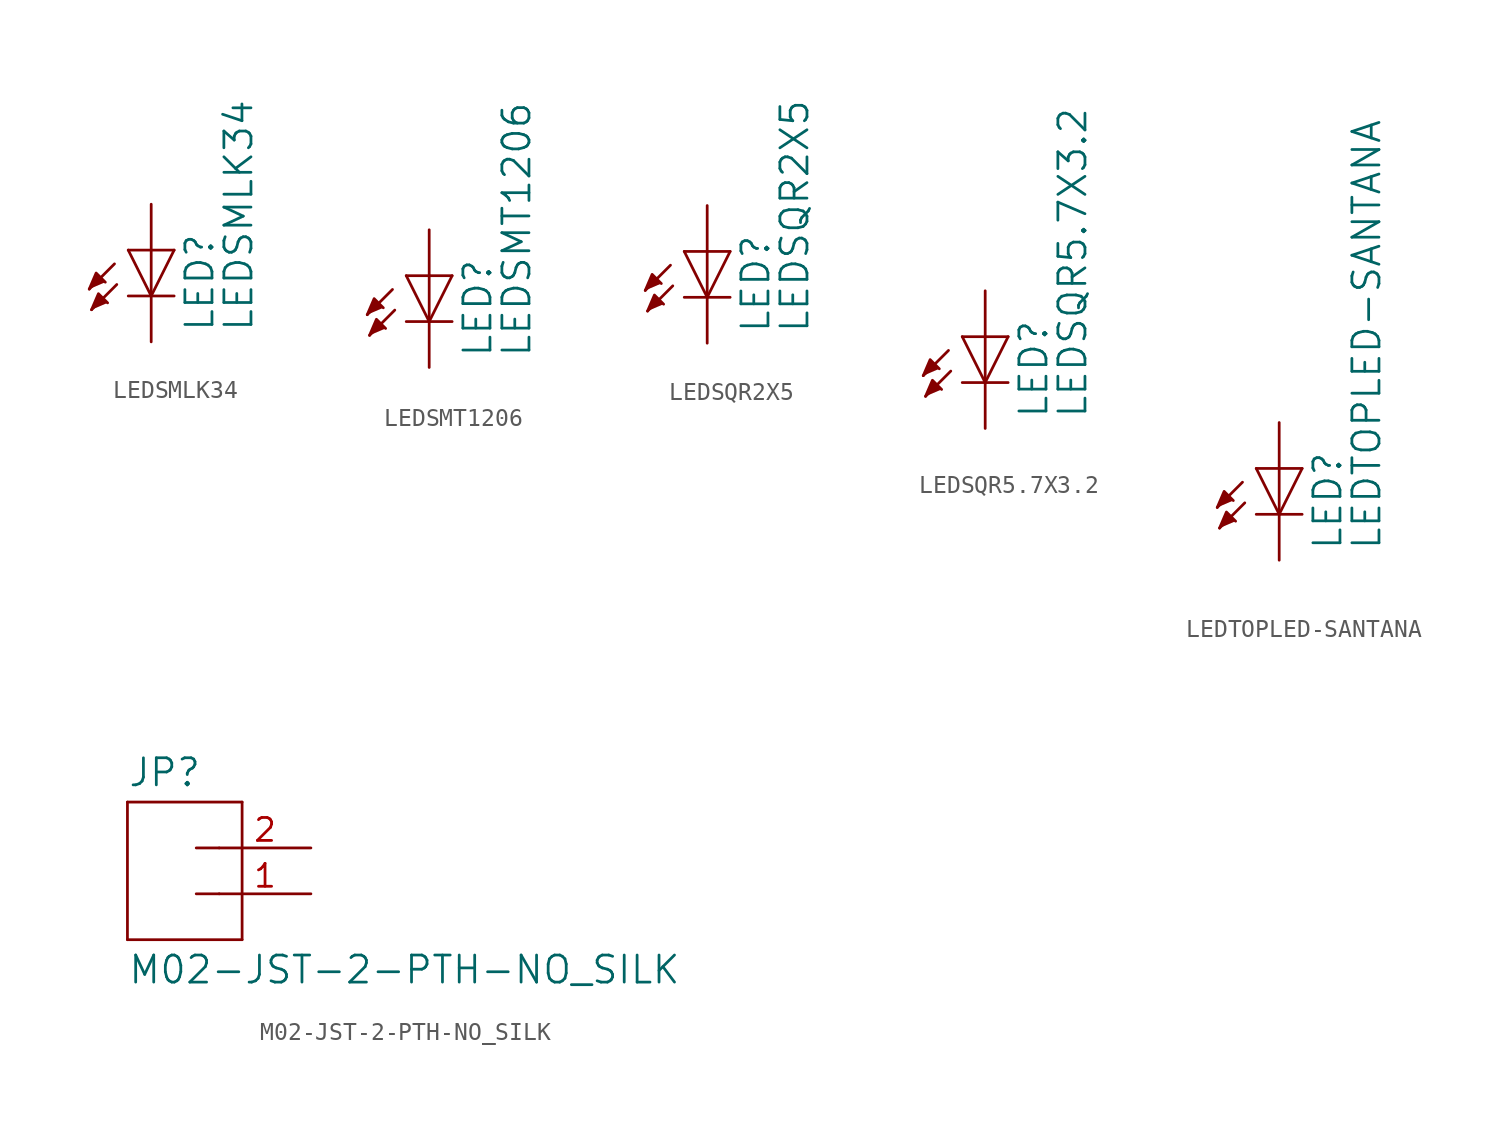
<source format=kicad_sym>
(kicad_symbol_lib
  (version 20211014)
  (generator kicad_symbol_editor)
  (symbol "LEDSMLK34"
    (pin_names
      (offset 1.016))
    (property "Reference" "LED"
      (at 3.556 -4.572 90)
      (effects (font (size 1.499 1.499)) (justify left bottom)))
    (property "Value" "LEDSMLK34"
      (at 5.715 -4.572 90)
      (effects (font (size 1.499 1.499)) (justify left bottom)))
    (property "ki_locked" ""
      (at 0 0 0)
      (effects (font (size 1.27 1.27))))
    (symbol "LEDSMLK34_1_0"
      (polyline (pts (xy -2.032 -0.762) (xy -3.429 -2.159)) (stroke (width 0) (type default) (color 0 0 0 0)) (fill (type none)))
      (polyline (pts (xy -1.905 -1.905) (xy -3.302 -3.302)) (stroke (width 0) (type default) (color 0 0 0 0)) (fill (type none)))
      (polyline (pts (xy 0 -2.54) (xy -1.27 -2.54)) (stroke (width 0) (type default) (color 0 0 0 0)) (fill (type none)))
      (polyline (pts (xy 0 -2.54) (xy -1.27 0)) (stroke (width 0) (type default) (color 0 0 0 0)) (fill (type none)))
      (polyline (pts (xy 0 0) (xy -1.27 0)) (stroke (width 0) (type default) (color 0 0 0 0)) (fill (type none)))
      (polyline (pts (xy 0 0) (xy 0 -2.54)) (stroke (width 0) (type default) (color 0 0 0 0)) (fill (type none)))
      (polyline (pts (xy 1.27 -2.54) (xy 0 -2.54)) (stroke (width 0) (type default) (color 0 0 0 0)) (fill (type none)))
      (polyline (pts (xy 1.27 0) (xy 0 -2.54)) (stroke (width 0) (type default) (color 0 0 0 0)) (fill (type none)))
      (polyline (pts (xy 1.27 0) (xy 0 0)) (stroke (width 0) (type default) (color 0 0 0 0)) (fill (type none)))
      (polyline (pts (xy -3.429 -2.159) (xy -3.048 -1.27) (xy -2.54 -1.778)) (stroke (width 0) (type default) (color 0 0 0 0)) (fill (type outline)))
      (polyline (pts (xy -3.302 -3.302) (xy -2.921 -2.413) (xy -2.413 -2.921)) (stroke (width 0) (type default) (color 0 0 0 0)) (fill (type outline)))
      (pin passive line (at 0 2.54 270) (length 2.54) (name "A" (effects (font (size 0 0)))) (number "A" (effects (font (size 0 0)))))
      (pin passive line (at 0 -5.08 90) (length 2.54) (name "C" (effects (font (size 0 0)))) (number "K" (effects (font (size 0 0)))))))
  (symbol "LEDSMT1206"
    (pin_names
      (offset 1.016))
    (property "Reference" "LED"
      (at 3.556 -4.572 90)
      (effects (font (size 1.499 1.499)) (justify left bottom)))
    (property "Value" "LEDSMT1206"
      (at 5.715 -4.572 90)
      (effects (font (size 1.499 1.499)) (justify left bottom)))
    (property "ki_locked" ""
      (at 0 0 0)
      (effects (font (size 1.27 1.27))))
    (symbol "LEDSMT1206_1_0"
      (polyline (pts (xy -2.032 -0.762) (xy -3.429 -2.159)) (stroke (width 0) (type default) (color 0 0 0 0)) (fill (type none)))
      (polyline (pts (xy -1.905 -1.905) (xy -3.302 -3.302)) (stroke (width 0) (type default) (color 0 0 0 0)) (fill (type none)))
      (polyline (pts (xy 0 -2.54) (xy -1.27 -2.54)) (stroke (width 0) (type default) (color 0 0 0 0)) (fill (type none)))
      (polyline (pts (xy 0 -2.54) (xy -1.27 0)) (stroke (width 0) (type default) (color 0 0 0 0)) (fill (type none)))
      (polyline (pts (xy 0 0) (xy -1.27 0)) (stroke (width 0) (type default) (color 0 0 0 0)) (fill (type none)))
      (polyline (pts (xy 0 0) (xy 0 -2.54)) (stroke (width 0) (type default) (color 0 0 0 0)) (fill (type none)))
      (polyline (pts (xy 1.27 -2.54) (xy 0 -2.54)) (stroke (width 0) (type default) (color 0 0 0 0)) (fill (type none)))
      (polyline (pts (xy 1.27 0) (xy 0 -2.54)) (stroke (width 0) (type default) (color 0 0 0 0)) (fill (type none)))
      (polyline (pts (xy 1.27 0) (xy 0 0)) (stroke (width 0) (type default) (color 0 0 0 0)) (fill (type none)))
      (polyline (pts (xy -3.429 -2.159) (xy -3.048 -1.27) (xy -2.54 -1.778)) (stroke (width 0) (type default) (color 0 0 0 0)) (fill (type outline)))
      (polyline (pts (xy -3.302 -3.302) (xy -2.921 -2.413) (xy -2.413 -2.921)) (stroke (width 0) (type default) (color 0 0 0 0)) (fill (type outline)))
      (pin passive line (at 0 2.54 270) (length 2.54) (name "A" (effects (font (size 0 0)))) (number "A" (effects (font (size 0 0)))))
      (pin passive line (at 0 -5.08 90) (length 2.54) (name "C" (effects (font (size 0 0)))) (number "C" (effects (font (size 0 0)))))))
  (symbol "LEDSQR2X5"
    (pin_names
      (offset 1.016))
    (property "Reference" "LED"
      (at 3.556 -4.572 90)
      (effects (font (size 1.499 1.499)) (justify left bottom)))
    (property "Value" "LEDSQR2X5"
      (at 5.715 -4.572 90)
      (effects (font (size 1.499 1.499)) (justify left bottom)))
    (property "ki_locked" ""
      (at 0 0 0)
      (effects (font (size 1.27 1.27))))
    (symbol "LEDSQR2X5_1_0"
      (polyline (pts (xy -2.032 -0.762) (xy -3.429 -2.159)) (stroke (width 0) (type default) (color 0 0 0 0)) (fill (type none)))
      (polyline (pts (xy -1.905 -1.905) (xy -3.302 -3.302)) (stroke (width 0) (type default) (color 0 0 0 0)) (fill (type none)))
      (polyline (pts (xy 0 -2.54) (xy -1.27 -2.54)) (stroke (width 0) (type default) (color 0 0 0 0)) (fill (type none)))
      (polyline (pts (xy 0 -2.54) (xy -1.27 0)) (stroke (width 0) (type default) (color 0 0 0 0)) (fill (type none)))
      (polyline (pts (xy 0 0) (xy -1.27 0)) (stroke (width 0) (type default) (color 0 0 0 0)) (fill (type none)))
      (polyline (pts (xy 0 0) (xy 0 -2.54)) (stroke (width 0) (type default) (color 0 0 0 0)) (fill (type none)))
      (polyline (pts (xy 1.27 -2.54) (xy 0 -2.54)) (stroke (width 0) (type default) (color 0 0 0 0)) (fill (type none)))
      (polyline (pts (xy 1.27 0) (xy 0 -2.54)) (stroke (width 0) (type default) (color 0 0 0 0)) (fill (type none)))
      (polyline (pts (xy 1.27 0) (xy 0 0)) (stroke (width 0) (type default) (color 0 0 0 0)) (fill (type none)))
      (polyline (pts (xy -3.429 -2.159) (xy -3.048 -1.27) (xy -2.54 -1.778)) (stroke (width 0) (type default) (color 0 0 0 0)) (fill (type outline)))
      (polyline (pts (xy -3.302 -3.302) (xy -2.921 -2.413) (xy -2.413 -2.921)) (stroke (width 0) (type default) (color 0 0 0 0)) (fill (type outline)))
      (pin passive line (at 0 2.54 270) (length 2.54) (name "A" (effects (font (size 0 0)))) (number "A" (effects (font (size 0 0)))))
      (pin passive line (at 0 -5.08 90) (length 2.54) (name "C" (effects (font (size 0 0)))) (number "K" (effects (font (size 0 0)))))))
  (symbol "LEDSQR5.7X3.2"
    (pin_names
      (offset 1.016))
    (property "Reference" "LED"
      (at 3.556 -4.572 90)
      (effects (font (size 1.499 1.499)) (justify left bottom)))
    (property "Value" "LEDSQR5.7X3.2"
      (at 5.715 -4.572 90)
      (effects (font (size 1.499 1.499)) (justify left bottom)))
    (property "ki_locked" ""
      (at 0 0 0)
      (effects (font (size 1.27 1.27))))
    (symbol "LEDSQR5.7X3.2_1_0"
      (polyline (pts (xy -2.032 -0.762) (xy -3.429 -2.159)) (stroke (width 0) (type default) (color 0 0 0 0)) (fill (type none)))
      (polyline (pts (xy -1.905 -1.905) (xy -3.302 -3.302)) (stroke (width 0) (type default) (color 0 0 0 0)) (fill (type none)))
      (polyline (pts (xy 0 -2.54) (xy -1.27 -2.54)) (stroke (width 0) (type default) (color 0 0 0 0)) (fill (type none)))
      (polyline (pts (xy 0 -2.54) (xy -1.27 0)) (stroke (width 0) (type default) (color 0 0 0 0)) (fill (type none)))
      (polyline (pts (xy 0 0) (xy -1.27 0)) (stroke (width 0) (type default) (color 0 0 0 0)) (fill (type none)))
      (polyline (pts (xy 0 0) (xy 0 -2.54)) (stroke (width 0) (type default) (color 0 0 0 0)) (fill (type none)))
      (polyline (pts (xy 1.27 -2.54) (xy 0 -2.54)) (stroke (width 0) (type default) (color 0 0 0 0)) (fill (type none)))
      (polyline (pts (xy 1.27 0) (xy 0 -2.54)) (stroke (width 0) (type default) (color 0 0 0 0)) (fill (type none)))
      (polyline (pts (xy 1.27 0) (xy 0 0)) (stroke (width 0) (type default) (color 0 0 0 0)) (fill (type none)))
      (polyline (pts (xy -3.429 -2.159) (xy -3.048 -1.27) (xy -2.54 -1.778)) (stroke (width 0) (type default) (color 0 0 0 0)) (fill (type outline)))
      (polyline (pts (xy -3.302 -3.302) (xy -2.921 -2.413) (xy -2.413 -2.921)) (stroke (width 0) (type default) (color 0 0 0 0)) (fill (type outline)))
      (pin passive line (at 0 2.54 270) (length 2.54) (name "A" (effects (font (size 0 0)))) (number "A" (effects (font (size 0 0)))))
      (pin passive line (at 0 -5.08 90) (length 2.54) (name "C" (effects (font (size 0 0)))) (number "K" (effects (font (size 0 0)))))))
  (symbol "LEDTOPLED-SANTANA"
    (pin_names
      (offset 1.016))
    (property "Reference" "LED"
      (at 3.556 -4.572 90)
      (effects (font (size 1.499 1.499)) (justify left bottom)))
    (property "Value" "LEDTOPLED-SANTANA"
      (at 5.715 -4.572 90)
      (effects (font (size 1.499 1.499)) (justify left bottom)))
    (property "ki_locked" ""
      (at 0 0 0)
      (effects (font (size 1.27 1.27))))
    (symbol "LEDTOPLED-SANTANA_1_0"
      (polyline (pts (xy -2.032 -0.762) (xy -3.429 -2.159)) (stroke (width 0) (type default) (color 0 0 0 0)) (fill (type none)))
      (polyline (pts (xy -1.905 -1.905) (xy -3.302 -3.302)) (stroke (width 0) (type default) (color 0 0 0 0)) (fill (type none)))
      (polyline (pts (xy 0 -2.54) (xy -1.27 -2.54)) (stroke (width 0) (type default) (color 0 0 0 0)) (fill (type none)))
      (polyline (pts (xy 0 -2.54) (xy -1.27 0)) (stroke (width 0) (type default) (color 0 0 0 0)) (fill (type none)))
      (polyline (pts (xy 0 0) (xy -1.27 0)) (stroke (width 0) (type default) (color 0 0 0 0)) (fill (type none)))
      (polyline (pts (xy 0 0) (xy 0 -2.54)) (stroke (width 0) (type default) (color 0 0 0 0)) (fill (type none)))
      (polyline (pts (xy 1.27 -2.54) (xy 0 -2.54)) (stroke (width 0) (type default) (color 0 0 0 0)) (fill (type none)))
      (polyline (pts (xy 1.27 0) (xy 0 -2.54)) (stroke (width 0) (type default) (color 0 0 0 0)) (fill (type none)))
      (polyline (pts (xy 1.27 0) (xy 0 0)) (stroke (width 0) (type default) (color 0 0 0 0)) (fill (type none)))
      (polyline (pts (xy -3.429 -2.159) (xy -3.048 -1.27) (xy -2.54 -1.778)) (stroke (width 0) (type default) (color 0 0 0 0)) (fill (type outline)))
      (polyline (pts (xy -3.302 -3.302) (xy -2.921 -2.413) (xy -2.413 -2.921)) (stroke (width 0) (type default) (color 0 0 0 0)) (fill (type outline)))
      (pin passive line (at 0 2.54 270) (length 2.54) (name "A" (effects (font (size 0 0)))) (number "A" (effects (font (size 0 0)))))
      (pin passive line (at 0 -5.08 90) (length 2.54) (name "C" (effects (font (size 0 0)))) (number "C" (effects (font (size 0 0)))))))
  (symbol "M02-JST-2-PTH-NO_SILK"
    (pin_names
      (offset 1.016))
    (property "Reference" "JP"
      (at -2.54 5.842 0)
      (effects (font (size 1.499 1.499)) (justify left bottom)))
    (property "Value" "M02-JST-2-PTH-NO_SILK"
      (at -2.54 -5.08 0)
      (effects (font (size 1.499 1.499)) (justify left bottom)))
    (property "ki_locked" ""
      (at 0 0 0)
      (effects (font (size 1.27 1.27))))
    (symbol "M02-JST-2-PTH-NO_SILK_1_0"
      (polyline (pts (xy -2.54 5.08) (xy -2.54 -2.54)) (stroke (width 0) (type default) (color 0 0 0 0)) (fill (type none)))
      (polyline (pts (xy -2.54 5.08) (xy 3.81 5.08)) (stroke (width 0) (type default) (color 0 0 0 0)) (fill (type none)))
      (polyline (pts (xy 1.27 0) (xy 2.54 0)) (stroke (width 0) (type default) (color 0 0 0 0)) (fill (type none)))
      (polyline (pts (xy 1.27 2.54) (xy 2.54 2.54)) (stroke (width 0) (type default) (color 0 0 0 0)) (fill (type none)))
      (polyline (pts (xy 3.81 -2.54) (xy -2.54 -2.54)) (stroke (width 0) (type default) (color 0 0 0 0)) (fill (type none)))
      (polyline (pts (xy 3.81 -2.54) (xy 3.81 5.08)) (stroke (width 0) (type default) (color 0 0 0 0)) (fill (type none)))
      (pin passive line (at 7.62 0 180) (length 5.08) (name "1" (effects (font (size 0 0)))) (number "1" (effects (font (size 1.27 1.27)))))
      (pin passive line (at 7.62 2.54 180) (length 5.08) (name "2" (effects (font (size 0 0)))) (number "2" (effects (font (size 1.27 1.27))))))))
</source>
